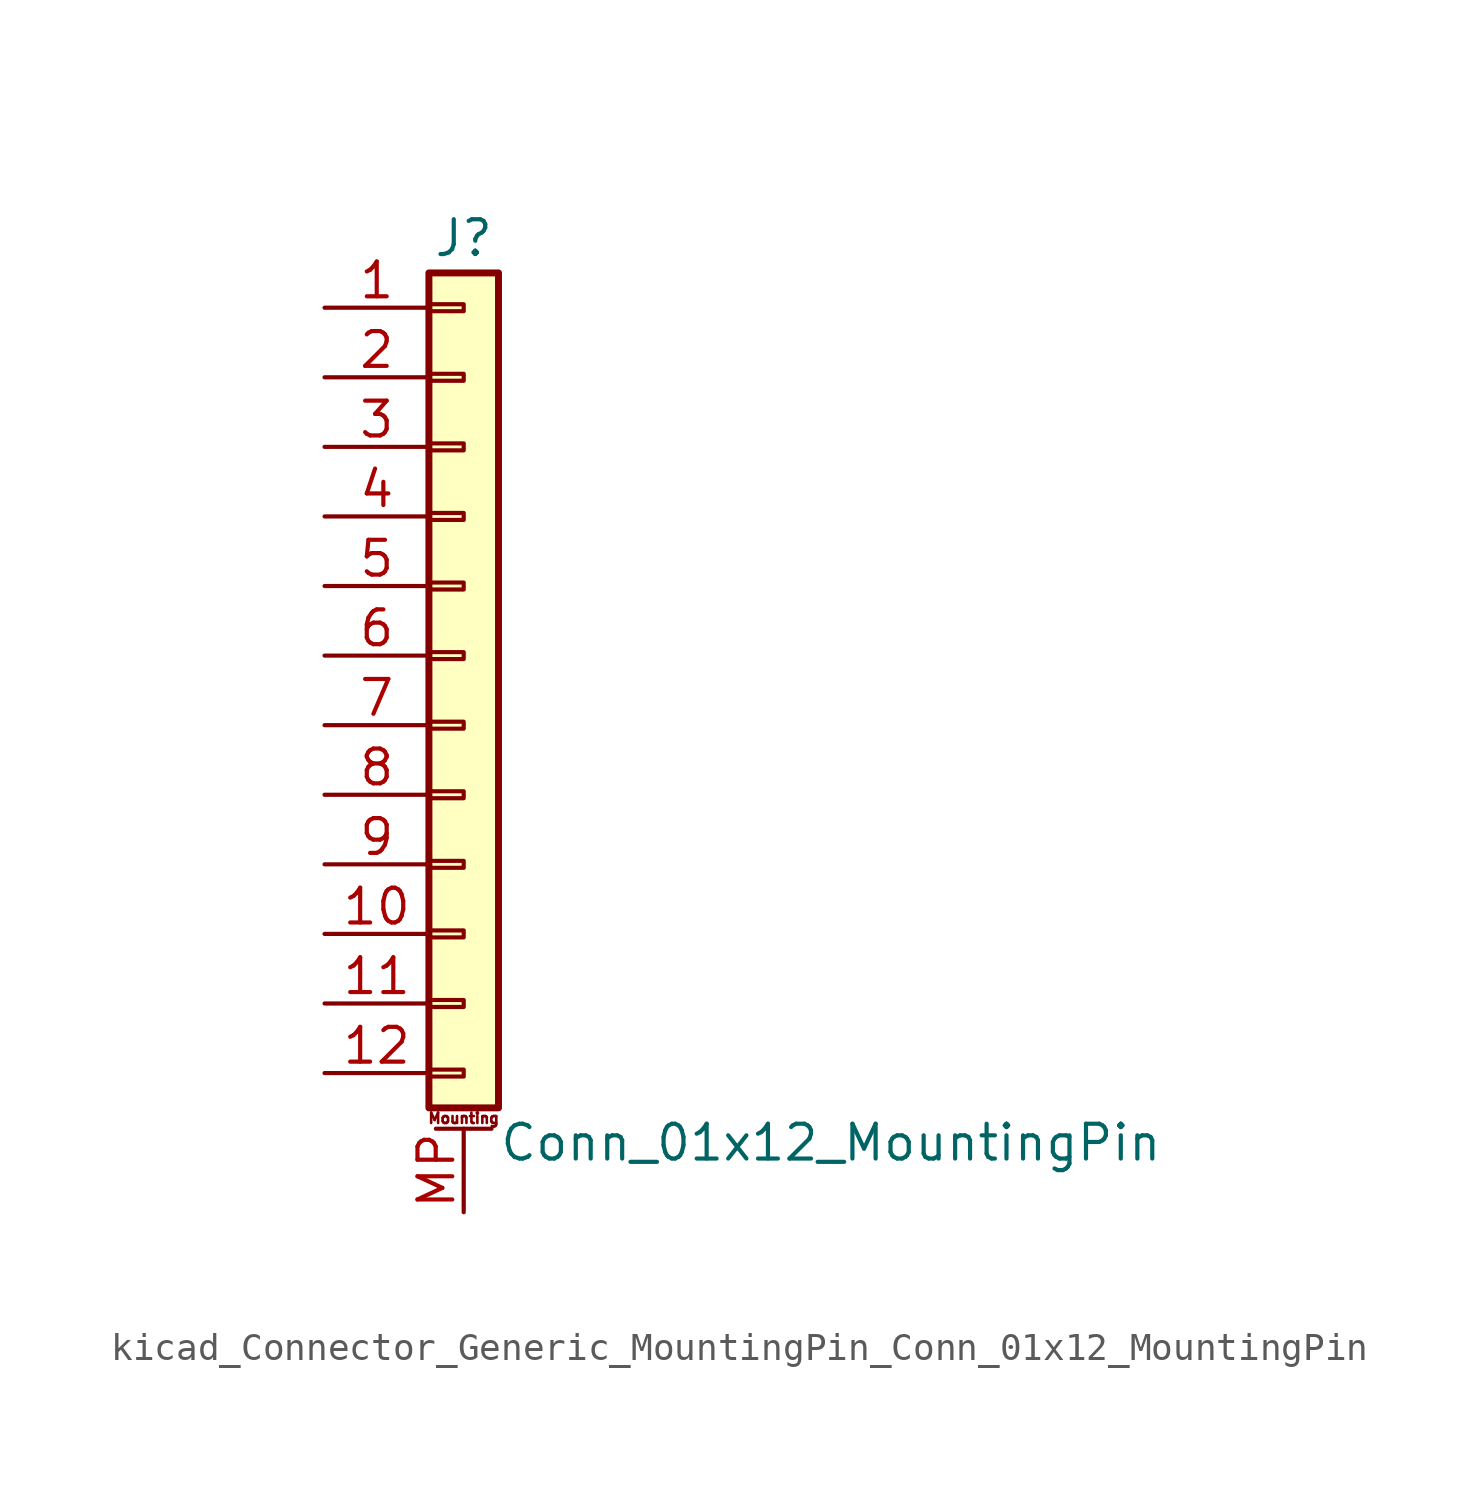
<source format=kicad_sym>
(kicad_symbol_lib
  (version 20220914)
  (generator kicad_symbol_editor)
  (symbol "kicad_Connector_Generic_MountingPin_Conn_01x12_MountingPin"
    (pin_names
      (offset 1.016) hide)
    (property "Reference" "J"
      (at 0 15.24 0)
      (effects (font (size 1.27 1.27))))
    (property "Value" "Conn_01x12_MountingPin"
      (at 1.27 -17.78 0)
      (effects (font (size 1.27 1.27)) (justify left)))
    (symbol "kicad_Connector_Generic_MountingPin_Conn_01x12_MountingPin_1_1"
      (rectangle (start -1.27 -15.113) (end 0 -15.367) (stroke (width 0.152) (type default)) (fill (type none)))
      (rectangle (start -1.27 -12.573) (end 0 -12.827) (stroke (width 0.152) (type default)) (fill (type none)))
      (rectangle (start -1.27 -10.033) (end 0 -10.287) (stroke (width 0.152) (type default)) (fill (type none)))
      (rectangle (start -1.27 -7.493) (end 0 -7.747) (stroke (width 0.152) (type default)) (fill (type none)))
      (rectangle (start -1.27 -4.953) (end 0 -5.207) (stroke (width 0.152) (type default)) (fill (type none)))
      (rectangle (start -1.27 -2.413) (end 0 -2.667) (stroke (width 0.152) (type default)) (fill (type none)))
      (rectangle (start -1.27 0.127) (end 0 -0.127) (stroke (width 0.152) (type default)) (fill (type none)))
      (rectangle (start -1.27 2.667) (end 0 2.413) (stroke (width 0.152) (type default)) (fill (type none)))
      (rectangle (start -1.27 5.207) (end 0 4.953) (stroke (width 0.152) (type default)) (fill (type none)))
      (rectangle (start -1.27 7.747) (end 0 7.493) (stroke (width 0.152) (type default)) (fill (type none)))
      (rectangle (start -1.27 10.287) (end 0 10.033) (stroke (width 0.152) (type default)) (fill (type none)))
      (rectangle (start -1.27 12.827) (end 0 12.573) (stroke (width 0.152) (type default)) (fill (type none)))
      (rectangle (start -1.27 13.97) (end 1.27 -16.51) (stroke (width 0.254) (type default)) (fill (type background)))
      (polyline (pts (xy -1.016 -17.272) (xy 1.016 -17.272)) (stroke (width 0.152) (type default)) (fill (type none)))
      (text "Mounting" (at 0 -16.891 0) (effects (font (size 0.381 0.381))))
      (pin passive line (at -5.08 12.7 0) (length 3.81) (name "Pin_1" (effects (font (size 1.27 1.27)))) (number "1" (effects (font (size 1.27 1.27)))))
      (pin passive line (at -5.08 -10.16 0) (length 3.81) (name "Pin_10" (effects (font (size 1.27 1.27)))) (number "10" (effects (font (size 1.27 1.27)))))
      (pin passive line (at -5.08 -12.7 0) (length 3.81) (name "Pin_11" (effects (font (size 1.27 1.27)))) (number "11" (effects (font (size 1.27 1.27)))))
      (pin passive line (at -5.08 -15.24 0) (length 3.81) (name "Pin_12" (effects (font (size 1.27 1.27)))) (number "12" (effects (font (size 1.27 1.27)))))
      (pin passive line (at -5.08 10.16 0) (length 3.81) (name "Pin_2" (effects (font (size 1.27 1.27)))) (number "2" (effects (font (size 1.27 1.27)))))
      (pin passive line (at -5.08 7.62 0) (length 3.81) (name "Pin_3" (effects (font (size 1.27 1.27)))) (number "3" (effects (font (size 1.27 1.27)))))
      (pin passive line (at -5.08 5.08 0) (length 3.81) (name "Pin_4" (effects (font (size 1.27 1.27)))) (number "4" (effects (font (size 1.27 1.27)))))
      (pin passive line (at -5.08 2.54 0) (length 3.81) (name "Pin_5" (effects (font (size 1.27 1.27)))) (number "5" (effects (font (size 1.27 1.27)))))
      (pin passive line (at -5.08 0 0) (length 3.81) (name "Pin_6" (effects (font (size 1.27 1.27)))) (number "6" (effects (font (size 1.27 1.27)))))
      (pin passive line (at -5.08 -2.54 0) (length 3.81) (name "Pin_7" (effects (font (size 1.27 1.27)))) (number "7" (effects (font (size 1.27 1.27)))))
      (pin passive line (at -5.08 -5.08 0) (length 3.81) (name "Pin_8" (effects (font (size 1.27 1.27)))) (number "8" (effects (font (size 1.27 1.27)))))
      (pin passive line (at -5.08 -7.62 0) (length 3.81) (name "Pin_9" (effects (font (size 1.27 1.27)))) (number "9" (effects (font (size 1.27 1.27)))))
      (pin passive line (at 0 -20.32 90) (length 3.048) (name "MountPin" (effects (font (size 1.27 1.27)))) (number "MP" (effects (font (size 1.27 1.27))))))))
</source>
